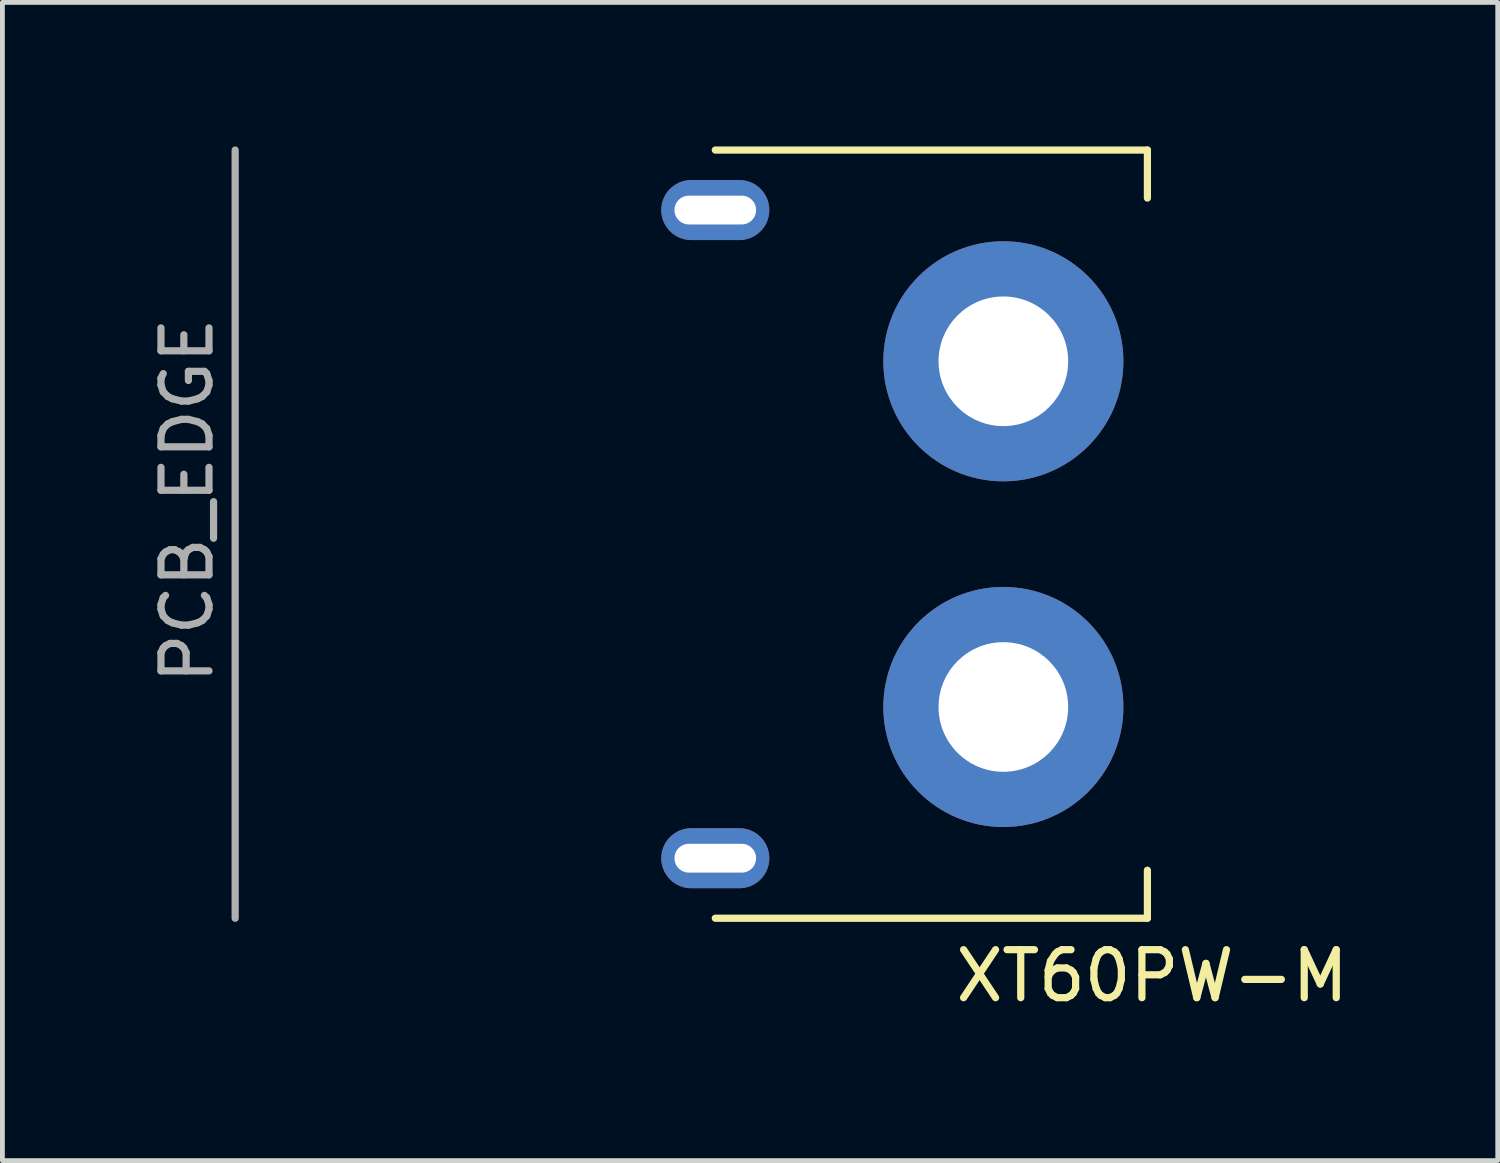
<source format=kicad_pcb>
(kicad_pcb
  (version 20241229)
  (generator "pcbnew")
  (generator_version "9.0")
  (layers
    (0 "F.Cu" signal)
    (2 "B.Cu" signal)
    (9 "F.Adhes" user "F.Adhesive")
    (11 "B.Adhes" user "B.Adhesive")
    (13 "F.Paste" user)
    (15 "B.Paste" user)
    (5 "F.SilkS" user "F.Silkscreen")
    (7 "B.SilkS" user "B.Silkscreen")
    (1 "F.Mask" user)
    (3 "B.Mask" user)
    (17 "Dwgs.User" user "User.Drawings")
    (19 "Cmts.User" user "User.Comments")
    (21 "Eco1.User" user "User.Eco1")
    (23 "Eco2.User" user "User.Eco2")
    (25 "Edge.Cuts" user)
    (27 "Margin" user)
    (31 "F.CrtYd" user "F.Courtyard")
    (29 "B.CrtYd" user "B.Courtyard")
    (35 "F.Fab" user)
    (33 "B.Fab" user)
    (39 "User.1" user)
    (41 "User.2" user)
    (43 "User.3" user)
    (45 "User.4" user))
  (footprint "XT60PW-M"
    (layer "F.Cu")
    (at 17.848 8.075)
    (property "Reference" "XT60PW-M" (at 3.1 9.2 0) (layer "F.SilkS") (effects (font (size 1 1) (thickness 0.15))))
    (attr through_hole)
    (fp_line (start -6 -8) (end 3 -8) (stroke (width 0.15) (type solid)) (layer "F.SilkS"))
    (fp_line (start -6 8) (end 3 8) (stroke (width 0.15) (type solid)) (layer "F.SilkS"))
    (fp_line (start 3 -8) (end 3 -7) (stroke (width 0.15) (type solid)) (layer "F.SilkS"))
    (fp_line (start 3 8) (end 3 7) (stroke (width 0.15) (type solid)) (layer "F.SilkS"))
    (fp_line (start -16 -8) (end -16 8) (stroke (width 0.15) (type solid)) (layer "F.Fab"))
    (fp_text user "PCB_EDGE" (at -17 -0.7 270) (layer "F.Fab") (effects (font (size 1 1) (thickness 0.15))))
    (pad "" thru_hole oval (at -6 -6.75) (size 2.25 1.25) (drill oval 1.7 0.6) (layers "*.Cu" "*.Mask"))
    (pad "" thru_hole oval (at -6 6.75) (size 2.25 1.25) (drill oval 1.7 0.6) (layers "*.Cu" "*.Mask"))
    (pad "1" thru_hole circle (at 0 -3.6) (size 5 5) (drill 2.7) (layers "*.Cu" "*.Mask"))
    (pad "2" thru_hole circle (at 0 3.6) (size 5 5) (drill 2.7) (layers "*.Cu" "*.Mask")))
  (gr_rect
    (start -3 -3)
    (end 28.145 21.123)
    (stroke (width 0.1) (type default))
    (fill no)
    (layer "Edge.Cuts")))
</source>
